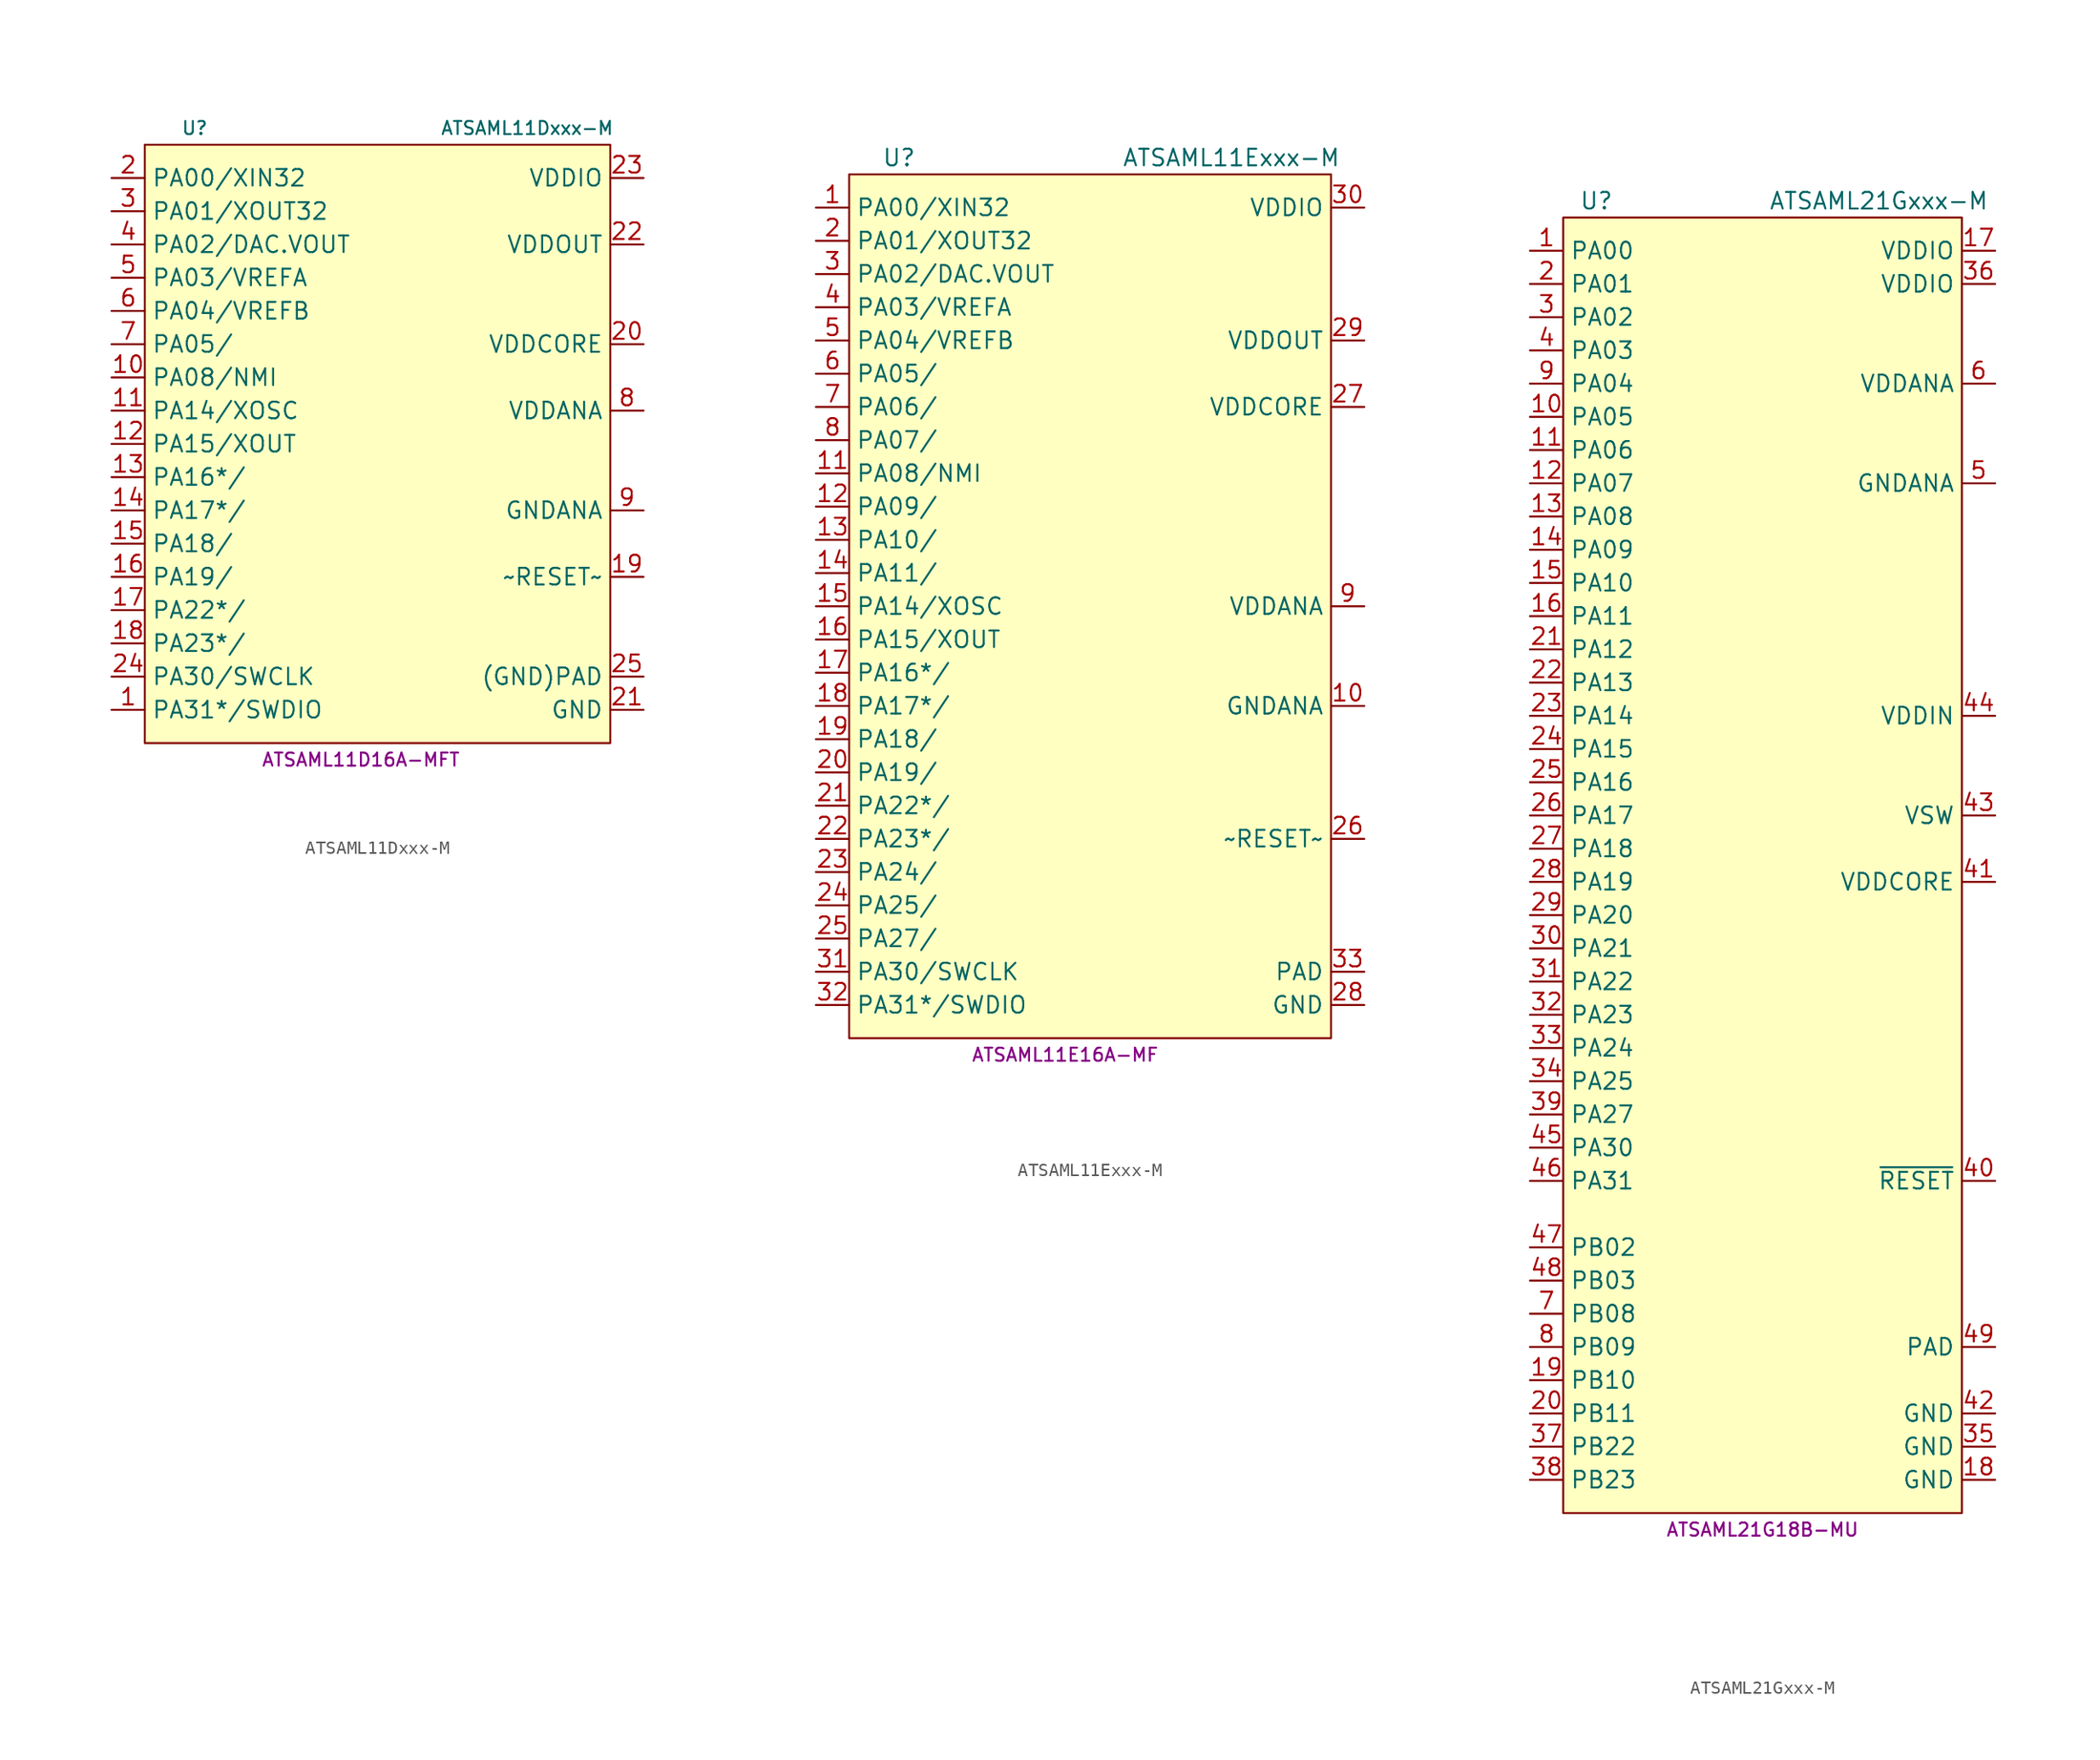
<source format=kicad_sym>
(kicad_symbol_lib
  (version 20231120)
  (generator "kicad_symbol_editor")
  (generator_version "8.0")
  (symbol "ATSAML11Dxxx-M"
    (property "Reference" "U"
      (at -12.7 24.13 0)
      (effects (font (size 1 1))))
    (property "Value" "ATSAML11Dxxx-M"
      (at 12.7 24.13 0)
      (effects (font (size 1 1))))
    (property "MPN" "ATSAML11D16A-MFT"
      (at 0 -24.13 0)
      (effects (font (size 1 1))))
    (symbol "ATSAML11Dxxx-M_0_1"
      (rectangle (start -16.51 -22.86) (end 19.05 22.86) (stroke (width 0.152) (type default)) (fill (type background))))
    (symbol "ATSAML11Dxxx-M_1_1"
      (pin bidirectional line (at -19.05 -20.32 0) (length 2.54) (name "PA31*/SWDIO" (effects (font (size 1.27 1.27)))) (number "1" (effects (font (size 1.27 1.27)))))
      (pin bidirectional line (at -19.05 5.08 0) (length 2.54) (name "PA08/NMI" (effects (font (size 1.27 1.27)))) (number "10" (effects (font (size 1.27 1.27)))))
      (pin bidirectional line (at -19.05 2.54 0) (length 2.54) (name "PA14/XOSC" (effects (font (size 1.27 1.27)))) (number "11" (effects (font (size 1.27 1.27)))))
      (pin bidirectional line (at -19.05 0 0) (length 2.54) (name "PA15/XOUT" (effects (font (size 1.27 1.27)))) (number "12" (effects (font (size 1.27 1.27)))))
      (pin bidirectional line (at -19.05 -2.54 0) (length 2.54) (name "PA16*/" (effects (font (size 1.27 1.27)))) (number "13" (effects (font (size 1.27 1.27)))))
      (pin bidirectional line (at -19.05 -5.08 0) (length 2.54) (name "PA17*/" (effects (font (size 1.27 1.27)))) (number "14" (effects (font (size 1.27 1.27)))))
      (pin bidirectional line (at -19.05 -7.62 0) (length 2.54) (name "PA18/" (effects (font (size 1.27 1.27)))) (number "15" (effects (font (size 1.27 1.27)))))
      (pin bidirectional line (at -19.05 -10.16 0) (length 2.54) (name "PA19/" (effects (font (size 1.27 1.27)))) (number "16" (effects (font (size 1.27 1.27)))))
      (pin bidirectional line (at -19.05 -12.7 0) (length 2.54) (name "PA22*/" (effects (font (size 1.27 1.27)))) (number "17" (effects (font (size 1.27 1.27)))))
      (pin bidirectional line (at -19.05 -15.24 0) (length 2.54) (name "PA23*/" (effects (font (size 1.27 1.27)))) (number "18" (effects (font (size 1.27 1.27)))))
      (pin input line (at 21.59 -10.16 180) (length 2.54) (name "~RESET~" (effects (font (size 1.27 1.27)))) (number "19" (effects (font (size 1.27 1.27)))))
      (pin bidirectional line (at -19.05 20.32 0) (length 2.54) (name "PA00/XIN32" (effects (font (size 1.27 1.27)))) (number "2" (effects (font (size 1.27 1.27)))))
      (pin power_in line (at 21.59 7.62 180) (length 2.54) (name "VDDCORE" (effects (font (size 1.27 1.27)))) (number "20" (effects (font (size 1.27 1.27)))))
      (pin power_in line (at 21.59 -20.32 180) (length 2.54) (name "GND" (effects (font (size 1.27 1.27)))) (number "21" (effects (font (size 1.27 1.27)))))
      (pin power_out line (at 21.59 15.24 180) (length 2.54) (name "VDDOUT" (effects (font (size 1.27 1.27)))) (number "22" (effects (font (size 1.27 1.27)))))
      (pin power_in line (at 21.59 20.32 180) (length 2.54) (name "VDDIO" (effects (font (size 1.27 1.27)))) (number "23" (effects (font (size 1.27 1.27)))))
      (pin bidirectional line (at -19.05 -17.78 0) (length 2.54) (name "PA30/SWCLK" (effects (font (size 1.27 1.27)))) (number "24" (effects (font (size 1.27 1.27)))))
      (pin power_in line (at 21.59 -17.78 180) (length 2.54) (name "(GND)PAD" (effects (font (size 1.27 1.27)))) (number "25" (effects (font (size 1.27 1.27)))))
      (pin bidirectional line (at -19.05 17.78 0) (length 2.54) (name "PA01/XOUT32" (effects (font (size 1.27 1.27)))) (number "3" (effects (font (size 1.27 1.27)))))
      (pin bidirectional line (at -19.05 15.24 0) (length 2.54) (name "PA02/DAC.VOUT" (effects (font (size 1.27 1.27)))) (number "4" (effects (font (size 1.27 1.27)))))
      (pin bidirectional line (at -19.05 12.7 0) (length 2.54) (name "PA03/VREFA" (effects (font (size 1.27 1.27)))) (number "5" (effects (font (size 1.27 1.27)))))
      (pin bidirectional line (at -19.05 10.16 0) (length 2.54) (name "PA04/VREFB" (effects (font (size 1.27 1.27)))) (number "6" (effects (font (size 1.27 1.27)))))
      (pin bidirectional line (at -19.05 7.62 0) (length 2.54) (name "PA05/" (effects (font (size 1.27 1.27)))) (number "7" (effects (font (size 1.27 1.27)))))
      (pin power_in line (at 21.59 2.54 180) (length 2.54) (name "VDDANA" (effects (font (size 1.27 1.27)))) (number "8" (effects (font (size 1.27 1.27)))))
      (pin power_in line (at 21.59 -5.08 180) (length 2.54) (name "GNDANA" (effects (font (size 1.27 1.27)))) (number "9" (effects (font (size 1.27 1.27)))))))
  (symbol "ATSAML11Exxx-M"
    (property "Reference" "U"
      (at -12.7 24.13 0)
      (effects (font (size 1.27 1.27))))
    (property "Value" "ATSAML11Exxx-M"
      (at 12.7 24.13 0)
      (effects (font (size 1.27 1.27))))
    (property "MPN" "ATSAML11E16A-MF"
      (at 0 -44.45 0)
      (effects (font (size 1 1))))
    (symbol "ATSAML11Exxx-M_0_1"
      (rectangle (start -16.51 22.86) (end 20.32 -43.18) (stroke (width 0.152) (type default)) (fill (type background))))
    (symbol "ATSAML11Exxx-M_1_1"
      (pin bidirectional line (at -19.05 20.32 0) (length 2.54) (name "PA00/XIN32" (effects (font (size 1.27 1.27)))) (number "1" (effects (font (size 1.27 1.27)))))
      (pin power_in line (at 22.86 -17.78 180) (length 2.54) (name "GNDANA" (effects (font (size 1.27 1.27)))) (number "10" (effects (font (size 1.27 1.27)))))
      (pin bidirectional line (at -19.05 0 0) (length 2.54) (name "PA08/NMI" (effects (font (size 1.27 1.27)))) (number "11" (effects (font (size 1.27 1.27)))))
      (pin bidirectional line (at -19.05 -2.54 0) (length 2.54) (name "PA09/" (effects (font (size 1.27 1.27)))) (number "12" (effects (font (size 1.27 1.27)))))
      (pin bidirectional line (at -19.05 -5.08 0) (length 2.54) (name "PA10/" (effects (font (size 1.27 1.27)))) (number "13" (effects (font (size 1.27 1.27)))))
      (pin bidirectional line (at -19.05 -7.62 0) (length 2.54) (name "PA11/" (effects (font (size 1.27 1.27)))) (number "14" (effects (font (size 1.27 1.27)))))
      (pin bidirectional line (at -19.05 -10.16 0) (length 2.54) (name "PA14/XOSC" (effects (font (size 1.27 1.27)))) (number "15" (effects (font (size 1.27 1.27)))))
      (pin bidirectional line (at -19.05 -12.7 0) (length 2.54) (name "PA15/XOUT" (effects (font (size 1.27 1.27)))) (number "16" (effects (font (size 1.27 1.27)))))
      (pin bidirectional line (at -19.05 -15.24 0) (length 2.54) (name "PA16*/" (effects (font (size 1.27 1.27)))) (number "17" (effects (font (size 1.27 1.27)))))
      (pin bidirectional line (at -19.05 -17.78 0) (length 2.54) (name "PA17*/" (effects (font (size 1.27 1.27)))) (number "18" (effects (font (size 1.27 1.27)))))
      (pin bidirectional line (at -19.05 -20.32 0) (length 2.54) (name "PA18/" (effects (font (size 1.27 1.27)))) (number "19" (effects (font (size 1.27 1.27)))))
      (pin bidirectional line (at -19.05 17.78 0) (length 2.54) (name "PA01/XOUT32" (effects (font (size 1.27 1.27)))) (number "2" (effects (font (size 1.27 1.27)))))
      (pin bidirectional line (at -19.05 -22.86 0) (length 2.54) (name "PA19/" (effects (font (size 1.27 1.27)))) (number "20" (effects (font (size 1.27 1.27)))))
      (pin bidirectional line (at -19.05 -25.4 0) (length 2.54) (name "PA22*/" (effects (font (size 1.27 1.27)))) (number "21" (effects (font (size 1.27 1.27)))))
      (pin bidirectional line (at -19.05 -27.94 0) (length 2.54) (name "PA23*/" (effects (font (size 1.27 1.27)))) (number "22" (effects (font (size 1.27 1.27)))))
      (pin bidirectional line (at -19.05 -30.48 0) (length 2.54) (name "PA24/" (effects (font (size 1.27 1.27)))) (number "23" (effects (font (size 1.27 1.27)))))
      (pin bidirectional line (at -19.05 -33.02 0) (length 2.54) (name "PA25/" (effects (font (size 1.27 1.27)))) (number "24" (effects (font (size 1.27 1.27)))))
      (pin bidirectional line (at -19.05 -35.56 0) (length 2.54) (name "PA27/" (effects (font (size 1.27 1.27)))) (number "25" (effects (font (size 1.27 1.27)))))
      (pin input line (at 22.86 -27.94 180) (length 2.54) (name "~RESET~" (effects (font (size 1.27 1.27)))) (number "26" (effects (font (size 1.27 1.27)))))
      (pin power_in line (at 22.86 5.08 180) (length 2.54) (name "VDDCORE" (effects (font (size 1.27 1.27)))) (number "27" (effects (font (size 1.27 1.27)))))
      (pin power_in line (at 22.86 -40.64 180) (length 2.54) (name "GND" (effects (font (size 1.27 1.27)))) (number "28" (effects (font (size 1.27 1.27)))))
      (pin power_out line (at 22.86 10.16 180) (length 2.54) (name "VDDOUT" (effects (font (size 1.27 1.27)))) (number "29" (effects (font (size 1.27 1.27)))))
      (pin bidirectional line (at -19.05 15.24 0) (length 2.54) (name "PA02/DAC.VOUT" (effects (font (size 1.27 1.27)))) (number "3" (effects (font (size 1.27 1.27)))))
      (pin power_in line (at 22.86 20.32 180) (length 2.54) (name "VDDIO" (effects (font (size 1.27 1.27)))) (number "30" (effects (font (size 1.27 1.27)))))
      (pin bidirectional line (at -19.05 -38.1 0) (length 2.54) (name "PA30/SWCLK" (effects (font (size 1.27 1.27)))) (number "31" (effects (font (size 1.27 1.27)))))
      (pin bidirectional line (at -19.05 -40.64 0) (length 2.54) (name "PA31*/SWDIO" (effects (font (size 1.27 1.27)))) (number "32" (effects (font (size 1.27 1.27)))))
      (pin power_in line (at 22.86 -38.1 180) (length 2.54) (name "PAD" (effects (font (size 1.27 1.27)))) (number "33" (effects (font (size 1.27 1.27)))))
      (pin bidirectional line (at -19.05 12.7 0) (length 2.54) (name "PA03/VREFA" (effects (font (size 1.27 1.27)))) (number "4" (effects (font (size 1.27 1.27)))))
      (pin bidirectional line (at -19.05 10.16 0) (length 2.54) (name "PA04/VREFB" (effects (font (size 1.27 1.27)))) (number "5" (effects (font (size 1.27 1.27)))))
      (pin bidirectional line (at -19.05 7.62 0) (length 2.54) (name "PA05/" (effects (font (size 1.27 1.27)))) (number "6" (effects (font (size 1.27 1.27)))))
      (pin bidirectional line (at -19.05 5.08 0) (length 2.54) (name "PA06/" (effects (font (size 1.27 1.27)))) (number "7" (effects (font (size 1.27 1.27)))))
      (pin bidirectional line (at -19.05 2.54 0) (length 2.54) (name "PA07/" (effects (font (size 1.27 1.27)))) (number "8" (effects (font (size 1.27 1.27)))))
      (pin power_in line (at 22.86 -10.16 180) (length 2.54) (name "VDDANA" (effects (font (size 1.27 1.27)))) (number "9" (effects (font (size 1.27 1.27)))))))
  (symbol "ATSAML21Gxxx-M"
    (property "Reference" "U"
      (at -12.7 49.53 0)
      (effects (font (size 1.27 1.27))))
    (property "Value" "ATSAML21Gxxx-M"
      (at 8.89 49.53 0)
      (effects (font (size 1.27 1.27))))
    (property "MPN" "ATSAML21G18B-MU"
      (at 0 -52.07 0)
      (effects (font (size 1 1))))
    (symbol "ATSAML21Gxxx-M_0_1"
      (rectangle (start -15.24 -50.8) (end 15.24 48.26) (stroke (width 0) (type default)) (fill (type background))))
    (symbol "ATSAML21Gxxx-M_1_1"
      (pin bidirectional line (at -17.78 45.72 0) (length 2.54) (name "PA00" (effects (font (size 1.27 1.27)))) (number "1" (effects (font (size 1.27 1.27)))))
      (pin bidirectional line (at -17.78 33.02 0) (length 2.54) (name "PA05" (effects (font (size 1.27 1.27)))) (number "10" (effects (font (size 1.27 1.27)))))
      (pin bidirectional line (at -17.78 30.48 0) (length 2.54) (name "PA06" (effects (font (size 1.27 1.27)))) (number "11" (effects (font (size 1.27 1.27)))))
      (pin bidirectional line (at -17.78 27.94 0) (length 2.54) (name "PA07" (effects (font (size 1.27 1.27)))) (number "12" (effects (font (size 1.27 1.27)))))
      (pin bidirectional line (at -17.78 25.4 0) (length 2.54) (name "PA08" (effects (font (size 1.27 1.27)))) (number "13" (effects (font (size 1.27 1.27)))))
      (pin bidirectional line (at -17.78 22.86 0) (length 2.54) (name "PA09" (effects (font (size 1.27 1.27)))) (number "14" (effects (font (size 1.27 1.27)))))
      (pin bidirectional line (at -17.78 20.32 0) (length 2.54) (name "PA10" (effects (font (size 1.27 1.27)))) (number "15" (effects (font (size 1.27 1.27)))))
      (pin bidirectional line (at -17.78 17.78 0) (length 2.54) (name "PA11" (effects (font (size 1.27 1.27)))) (number "16" (effects (font (size 1.27 1.27)))))
      (pin power_in line (at 17.78 45.72 180) (length 2.54) (name "VDDIO" (effects (font (size 1.27 1.27)))) (number "17" (effects (font (size 1.27 1.27)))))
      (pin power_in line (at 17.78 -48.26 180) (length 2.54) (name "GND" (effects (font (size 1.27 1.27)))) (number "18" (effects (font (size 1.27 1.27)))))
      (pin bidirectional line (at -17.78 -40.64 0) (length 2.54) (name "PB10" (effects (font (size 1.27 1.27)))) (number "19" (effects (font (size 1.27 1.27)))))
      (pin bidirectional line (at -17.78 43.18 0) (length 2.54) (name "PA01" (effects (font (size 1.27 1.27)))) (number "2" (effects (font (size 1.27 1.27)))))
      (pin bidirectional line (at -17.78 -43.18 0) (length 2.54) (name "PB11" (effects (font (size 1.27 1.27)))) (number "20" (effects (font (size 1.27 1.27)))))
      (pin bidirectional line (at -17.78 15.24 0) (length 2.54) (name "PA12" (effects (font (size 1.27 1.27)))) (number "21" (effects (font (size 1.27 1.27)))))
      (pin bidirectional line (at -17.78 12.7 0) (length 2.54) (name "PA13" (effects (font (size 1.27 1.27)))) (number "22" (effects (font (size 1.27 1.27)))))
      (pin bidirectional line (at -17.78 10.16 0) (length 2.54) (name "PA14" (effects (font (size 1.27 1.27)))) (number "23" (effects (font (size 1.27 1.27)))))
      (pin bidirectional line (at -17.78 7.62 0) (length 2.54) (name "PA15" (effects (font (size 1.27 1.27)))) (number "24" (effects (font (size 1.27 1.27)))))
      (pin bidirectional line (at -17.78 5.08 0) (length 2.54) (name "PA16" (effects (font (size 1.27 1.27)))) (number "25" (effects (font (size 1.27 1.27)))))
      (pin bidirectional line (at -17.78 2.54 0) (length 2.54) (name "PA17" (effects (font (size 1.27 1.27)))) (number "26" (effects (font (size 1.27 1.27)))))
      (pin bidirectional line (at -17.78 0 0) (length 2.54) (name "PA18" (effects (font (size 1.27 1.27)))) (number "27" (effects (font (size 1.27 1.27)))))
      (pin bidirectional line (at -17.78 -2.54 0) (length 2.54) (name "PA19" (effects (font (size 1.27 1.27)))) (number "28" (effects (font (size 1.27 1.27)))))
      (pin bidirectional line (at -17.78 -5.08 0) (length 2.54) (name "PA20" (effects (font (size 1.27 1.27)))) (number "29" (effects (font (size 1.27 1.27)))))
      (pin bidirectional line (at -17.78 40.64 0) (length 2.54) (name "PA02" (effects (font (size 1.27 1.27)))) (number "3" (effects (font (size 1.27 1.27)))))
      (pin bidirectional line (at -17.78 -7.62 0) (length 2.54) (name "PA21" (effects (font (size 1.27 1.27)))) (number "30" (effects (font (size 1.27 1.27)))))
      (pin bidirectional line (at -17.78 -10.16 0) (length 2.54) (name "PA22" (effects (font (size 1.27 1.27)))) (number "31" (effects (font (size 1.27 1.27)))))
      (pin bidirectional line (at -17.78 -12.7 0) (length 2.54) (name "PA23" (effects (font (size 1.27 1.27)))) (number "32" (effects (font (size 1.27 1.27)))))
      (pin bidirectional line (at -17.78 -15.24 0) (length 2.54) (name "PA24" (effects (font (size 1.27 1.27)))) (number "33" (effects (font (size 1.27 1.27)))))
      (pin bidirectional line (at -17.78 -17.78 0) (length 2.54) (name "PA25" (effects (font (size 1.27 1.27)))) (number "34" (effects (font (size 1.27 1.27)))))
      (pin power_in line (at 17.78 -45.72 180) (length 2.54) (name "GND" (effects (font (size 1.27 1.27)))) (number "35" (effects (font (size 1.27 1.27)))))
      (pin power_in line (at 17.78 43.18 180) (length 2.54) (name "VDDIO" (effects (font (size 1.27 1.27)))) (number "36" (effects (font (size 1.27 1.27)))))
      (pin bidirectional line (at -17.78 -45.72 0) (length 2.54) (name "PB22" (effects (font (size 1.27 1.27)))) (number "37" (effects (font (size 1.27 1.27)))))
      (pin bidirectional line (at -17.78 -48.26 0) (length 2.54) (name "PB23" (effects (font (size 1.27 1.27)))) (number "38" (effects (font (size 1.27 1.27)))))
      (pin bidirectional line (at -17.78 -20.32 0) (length 2.54) (name "PA27" (effects (font (size 1.27 1.27)))) (number "39" (effects (font (size 1.27 1.27)))))
      (pin bidirectional line (at -17.78 38.1 0) (length 2.54) (name "PA03" (effects (font (size 1.27 1.27)))) (number "4" (effects (font (size 1.27 1.27)))))
      (pin input line (at 17.78 -25.4 180) (length 2.54) (name "~{RESET}" (effects (font (size 1.27 1.27)))) (number "40" (effects (font (size 1.27 1.27)))))
      (pin power_in line (at 17.78 -2.54 180) (length 2.54) (name "VDDCORE" (effects (font (size 1.27 1.27)))) (number "41" (effects (font (size 1.27 1.27)))))
      (pin power_in line (at 17.78 -43.18 180) (length 2.54) (name "GND" (effects (font (size 1.27 1.27)))) (number "42" (effects (font (size 1.27 1.27)))))
      (pin power_in line (at 17.78 2.54 180) (length 2.54) (name "VSW" (effects (font (size 1.27 1.27)))) (number "43" (effects (font (size 1.27 1.27)))))
      (pin power_in line (at 17.78 10.16 180) (length 2.54) (name "VDDIN" (effects (font (size 1.27 1.27)))) (number "44" (effects (font (size 1.27 1.27)))))
      (pin bidirectional line (at -17.78 -22.86 0) (length 2.54) (name "PA30" (effects (font (size 1.27 1.27)))) (number "45" (effects (font (size 1.27 1.27)))))
      (pin bidirectional line (at -17.78 -25.4 0) (length 2.54) (name "PA31" (effects (font (size 1.27 1.27)))) (number "46" (effects (font (size 1.27 1.27)))))
      (pin bidirectional line (at -17.78 -30.48 0) (length 2.54) (name "PB02" (effects (font (size 1.27 1.27)))) (number "47" (effects (font (size 1.27 1.27)))))
      (pin bidirectional line (at -17.78 -33.02 0) (length 2.54) (name "PB03" (effects (font (size 1.27 1.27)))) (number "48" (effects (font (size 1.27 1.27)))))
      (pin bidirectional line (at 17.78 -38.1 180) (length 2.54) (name "PAD" (effects (font (size 1.27 1.27)))) (number "49" (effects (font (size 1.27 1.27)))))
      (pin power_in line (at 17.78 27.94 180) (length 2.54) (name "GNDANA" (effects (font (size 1.27 1.27)))) (number "5" (effects (font (size 1.27 1.27)))))
      (pin power_in line (at 17.78 35.56 180) (length 2.54) (name "VDDANA" (effects (font (size 1.27 1.27)))) (number "6" (effects (font (size 1.27 1.27)))))
      (pin bidirectional line (at -17.78 -35.56 0) (length 2.54) (name "PB08" (effects (font (size 1.27 1.27)))) (number "7" (effects (font (size 1.27 1.27)))))
      (pin bidirectional line (at -17.78 -38.1 0) (length 2.54) (name "PB09" (effects (font (size 1.27 1.27)))) (number "8" (effects (font (size 1.27 1.27)))))
      (pin bidirectional line (at -17.78 35.56 0) (length 2.54) (name "PA04" (effects (font (size 1.27 1.27)))) (number "9" (effects (font (size 1.27 1.27))))))))
</source>
